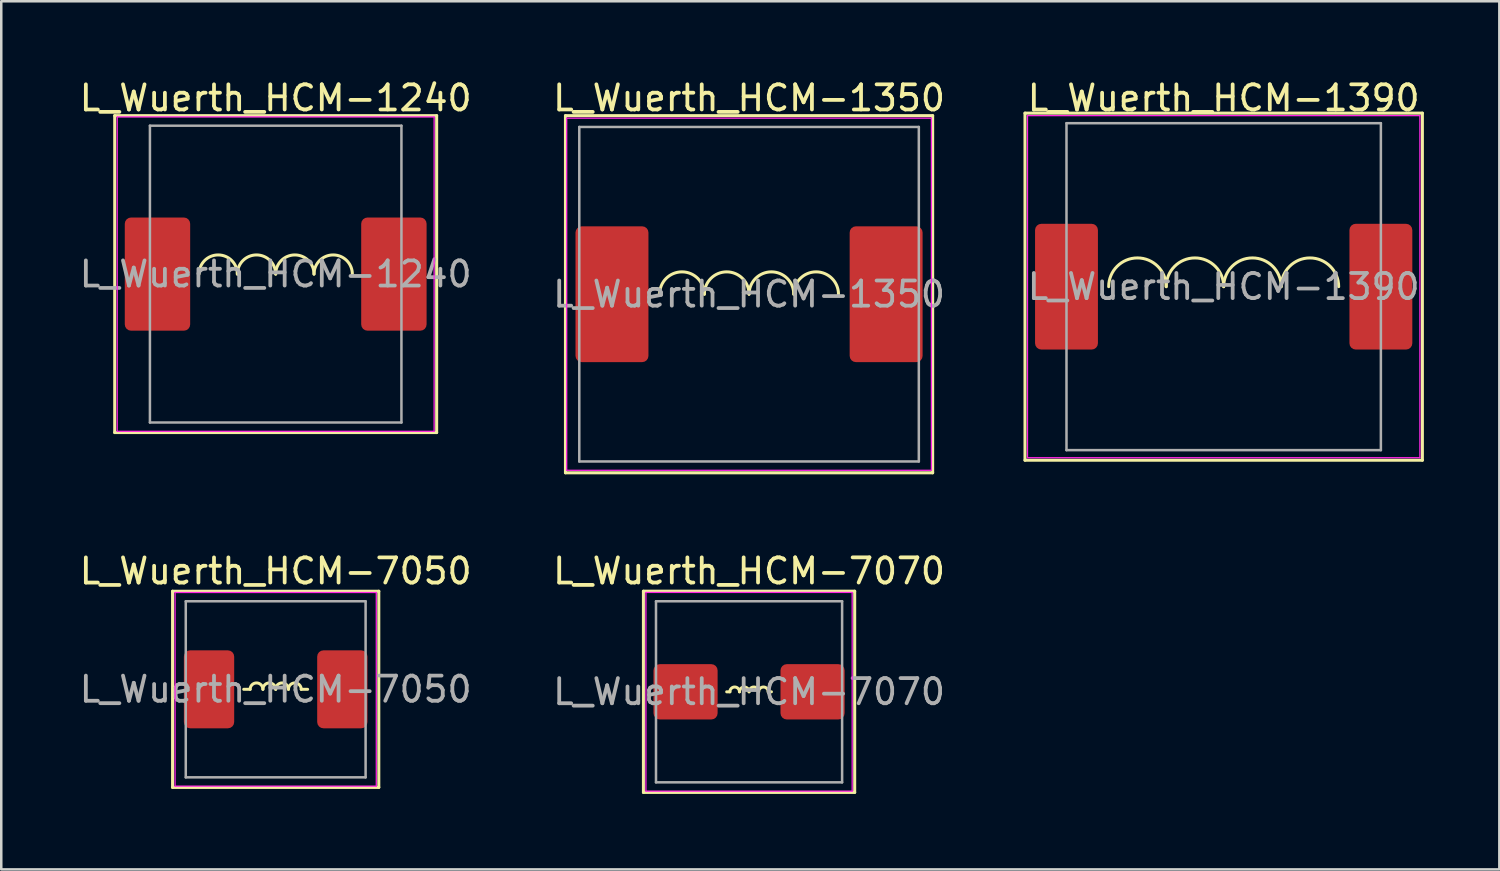
<source format=kicad_pcb>
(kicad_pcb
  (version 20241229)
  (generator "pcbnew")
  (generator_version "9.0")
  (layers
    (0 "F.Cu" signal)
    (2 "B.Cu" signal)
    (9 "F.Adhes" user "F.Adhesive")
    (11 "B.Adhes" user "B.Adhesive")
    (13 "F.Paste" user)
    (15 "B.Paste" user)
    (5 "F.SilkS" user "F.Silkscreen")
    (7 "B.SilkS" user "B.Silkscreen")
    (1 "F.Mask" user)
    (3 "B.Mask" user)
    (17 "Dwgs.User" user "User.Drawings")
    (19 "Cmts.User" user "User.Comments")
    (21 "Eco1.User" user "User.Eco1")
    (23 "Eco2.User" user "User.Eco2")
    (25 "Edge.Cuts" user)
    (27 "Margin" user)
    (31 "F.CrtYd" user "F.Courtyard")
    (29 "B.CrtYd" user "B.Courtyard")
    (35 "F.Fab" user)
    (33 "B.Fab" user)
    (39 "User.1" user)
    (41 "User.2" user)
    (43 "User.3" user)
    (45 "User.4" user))
  (footprint "L_Wuerth_HCM-1240"
    (layer "F.Cu")
    (at 7.911 7.848)
    (property "Reference" "L_Wuerth_HCM-1240" (at 0 -7 0) (layer "F.SilkS") (effects (font (size 1 1) (thickness 0.15))))
    (attr smd)
    (fp_line (start -6.4 -6.3) (end -6.4 6.3) (stroke (width 0.12) (type solid)) (layer "F.SilkS"))
    (fp_line (start -6.4 6.3) (end 6.4 6.3) (stroke (width 0.12) (type solid)) (layer "F.SilkS"))
    (fp_line (start 6.4 -6.3) (end -6.4 -6.3) (stroke (width 0.12) (type solid)) (layer "F.SilkS"))
    (fp_line (start 6.4 6.3) (end 6.4 -6.3) (stroke (width 0.12) (type solid)) (layer "F.SilkS"))
    (fp_arc (start -3.048 0) (mid -2.286 -0.762) (end -1.524 0) (stroke (width 0.12) (type solid)) (layer "F.SilkS"))
    (fp_arc (start -1.524 0) (mid -0.762 -0.762) (end 0 0) (stroke (width 0.12) (type solid)) (layer "F.SilkS"))
    (fp_arc (start 0 0) (mid 0.762 -0.762) (end 1.524 0) (stroke (width 0.12) (type solid)) (layer "F.SilkS"))
    (fp_arc (start 1.524 0) (mid 2.286 -0.762) (end 3.048 0) (stroke (width 0.12) (type solid)) (layer "F.SilkS"))
    (fp_line (start -6.3 -6.25) (end -6.3 6.25) (stroke (width 0.05) (type solid)) (layer "F.CrtYd"))
    (fp_line (start -6.3 6.25) (end 6.3 6.25) (stroke (width 0.05) (type solid)) (layer "F.CrtYd"))
    (fp_line (start 6.3 -6.25) (end -6.3 -6.25) (stroke (width 0.05) (type solid)) (layer "F.CrtYd"))
    (fp_line (start 6.3 6.25) (end 6.3 -6.25) (stroke (width 0.05) (type solid)) (layer "F.CrtYd"))
    (fp_line (start -5 -5.9) (end -5 5.9) (stroke (width 0.1) (type solid)) (layer "F.Fab"))
    (fp_line (start -5 5.9) (end 5 5.9) (stroke (width 0.1) (type solid)) (layer "F.Fab"))
    (fp_line (start 5 -5.9) (end -5 -5.9) (stroke (width 0.1) (type solid)) (layer "F.Fab"))
    (fp_line (start 5 5.9) (end 5 -5.9) (stroke (width 0.1) (type solid)) (layer "F.Fab"))
    (fp_text user "${REFERENCE}" (at 0 0 0) (layer "F.Fab") (effects (font (size 1 1) (thickness 0.15))))
    (pad "1" smd roundrect (at -4.7 0) (size 2.6 4.5) (layers "F.Cu" "F.Mask" "F.Paste") (roundrect_rratio 0.096))
    (pad "2" smd roundrect (at 4.7 0) (size 2.6 4.5) (layers "F.Cu" "F.Mask" "F.Paste") (roundrect_rratio 0.096)))
  (footprint "L_Wuerth_HCM-1350"
    (layer "F.Cu")
    (at 26.732 8.648)
    (property "Reference" "L_Wuerth_HCM-1350" (at 0 -7.8 0) (layer "F.SilkS") (effects (font (size 1 1) (thickness 0.15))))
    (attr smd)
    (fp_line (start -7.3 -7.1) (end -7.3 7.1) (stroke (width 0.12) (type solid)) (layer "F.SilkS"))
    (fp_line (start -7.3 7.1) (end 7.3 7.1) (stroke (width 0.12) (type solid)) (layer "F.SilkS"))
    (fp_line (start 7.3 -7.1) (end -7.3 -7.1) (stroke (width 0.12) (type solid)) (layer "F.SilkS"))
    (fp_line (start 7.3 7.1) (end 7.3 -7.1) (stroke (width 0.12) (type solid)) (layer "F.SilkS"))
    (fp_arc (start -3.556 0) (mid -2.667 -0.889) (end -1.778 0) (stroke (width 0.12) (type solid)) (layer "F.SilkS"))
    (fp_arc (start -1.778 0) (mid -0.889 -0.889) (end 0 0) (stroke (width 0.12) (type solid)) (layer "F.SilkS"))
    (fp_arc (start 0 0) (mid 0.889 -0.889) (end 1.778 0) (stroke (width 0.12) (type solid)) (layer "F.SilkS"))
    (fp_arc (start 1.778 0) (mid 2.667 -0.889) (end 3.556 0) (stroke (width 0.12) (type solid)) (layer "F.SilkS"))
    (fp_line (start -7.25 -7) (end -7.25 7) (stroke (width 0.05) (type solid)) (layer "F.CrtYd"))
    (fp_line (start -7.25 7) (end 7.25 7) (stroke (width 0.05) (type solid)) (layer "F.CrtYd"))
    (fp_line (start 7.25 -7) (end -7.25 -7) (stroke (width 0.05) (type solid)) (layer "F.CrtYd"))
    (fp_line (start 7.25 7) (end 7.25 -7) (stroke (width 0.05) (type solid)) (layer "F.CrtYd"))
    (fp_line (start -6.75 -6.65) (end -6.75 6.65) (stroke (width 0.1) (type solid)) (layer "F.Fab"))
    (fp_line (start -6.75 6.65) (end 6.75 6.65) (stroke (width 0.1) (type solid)) (layer "F.Fab"))
    (fp_line (start 6.75 -6.65) (end -6.75 -6.65) (stroke (width 0.1) (type solid)) (layer "F.Fab"))
    (fp_line (start 6.75 6.65) (end 6.75 -6.65) (stroke (width 0.1) (type solid)) (layer "F.Fab"))
    (fp_text user "${REFERENCE}" (at 0 0 0) (layer "F.Fab") (effects (font (size 1 1) (thickness 0.15))))
    (pad "1" smd roundrect (at -5.45 0) (size 2.9 5.4) (layers "F.Cu" "F.Mask" "F.Paste") (roundrect_rratio 0.086))
    (pad "2" smd roundrect (at 5.45 0) (size 2.9 5.4) (layers "F.Cu" "F.Mask" "F.Paste") (roundrect_rratio 0.086)))
  (footprint "L_Wuerth_HCM-1390"
    (layer "F.Cu")
    (at 45.603 8.348)
    (property "Reference" "L_Wuerth_HCM-1390" (at 0 -7.5 0) (layer "F.SilkS") (effects (font (size 1 1) (thickness 0.15))))
    (attr smd)
    (fp_line (start -7.9 -6.9) (end -7.9 6.9) (stroke (width 0.12) (type solid)) (layer "F.SilkS"))
    (fp_line (start -7.9 6.9) (end 7.9 6.9) (stroke (width 0.12) (type solid)) (layer "F.SilkS"))
    (fp_line (start 7.9 -6.9) (end -7.9 -6.9) (stroke (width 0.12) (type solid)) (layer "F.SilkS"))
    (fp_line (start 7.9 6.9) (end 7.9 -6.9) (stroke (width 0.12) (type solid)) (layer "F.SilkS"))
    (fp_arc (start -4.572 0) (mid -3.429 -1.143) (end -2.286 0) (stroke (width 0.12) (type solid)) (layer "F.SilkS"))
    (fp_arc (start -2.286 0) (mid -1.143 -1.143) (end 0 0) (stroke (width 0.12) (type solid)) (layer "F.SilkS"))
    (fp_arc (start 0 0) (mid 1.143 -1.143) (end 2.286 0) (stroke (width 0.12) (type solid)) (layer "F.SilkS"))
    (fp_arc (start 2.286 0) (mid 3.429 -1.143) (end 4.572 0) (stroke (width 0.12) (type solid)) (layer "F.SilkS"))
    (fp_line (start -7.8 -6.8) (end -7.8 6.8) (stroke (width 0.05) (type solid)) (layer "F.CrtYd"))
    (fp_line (start -7.8 6.8) (end 7.8 6.8) (stroke (width 0.05) (type solid)) (layer "F.CrtYd"))
    (fp_line (start 7.8 -6.8) (end -7.8 -6.8) (stroke (width 0.05) (type solid)) (layer "F.CrtYd"))
    (fp_line (start 7.8 6.8) (end 7.8 -6.8) (stroke (width 0.05) (type solid)) (layer "F.CrtYd"))
    (fp_line (start -6.25 -6.5) (end -6.25 6.5) (stroke (width 0.1) (type solid)) (layer "F.Fab"))
    (fp_line (start -6.25 6.5) (end 6.25 6.5) (stroke (width 0.1) (type solid)) (layer "F.Fab"))
    (fp_line (start 6.25 -6.5) (end -6.25 -6.5) (stroke (width 0.1) (type solid)) (layer "F.Fab"))
    (fp_line (start 6.25 6.5) (end 6.25 -6.5) (stroke (width 0.1) (type solid)) (layer "F.Fab"))
    (fp_text user "${REFERENCE}" (at 0 0 0) (layer "F.Fab") (effects (font (size 1 1) (thickness 0.15))))
    (pad "1" smd roundrect (at -6.25 0) (size 2.5 5) (layers "F.Cu" "F.Mask" "F.Paste") (roundrect_rratio 0.1))
    (pad "2" smd roundrect (at 6.25 0) (size 2.5 5) (layers "F.Cu" "F.Mask" "F.Paste") (roundrect_rratio 0.1)))
  (footprint "L_Wuerth_HCM-7050"
    (layer "F.Cu")
    (at 7.911 24.357)
    (property "Reference" "L_Wuerth_HCM-7050" (at 0 -4.7 0) (layer "F.SilkS") (effects (font (size 1 1) (thickness 0.15))))
    (attr smd)
    (fp_line (start -4.1 -3.9) (end -4.1 3.9) (stroke (width 0.12) (type solid)) (layer "F.SilkS"))
    (fp_line (start -4.1 3.9) (end 4.1 3.9) (stroke (width 0.12) (type solid)) (layer "F.SilkS"))
    (fp_line (start -1.016 0) (end -1.27 0) (stroke (width 0.12) (type solid)) (layer "F.SilkS"))
    (fp_line (start 1.016 0) (end 1.27 0) (stroke (width 0.12) (type solid)) (layer "F.SilkS"))
    (fp_line (start 4.1 -3.9) (end -4.1 -3.9) (stroke (width 0.12) (type solid)) (layer "F.SilkS"))
    (fp_line (start 4.1 3.9) (end 4.1 -3.9) (stroke (width 0.12) (type solid)) (layer "F.SilkS"))
    (fp_arc (start -1.016 0) (mid -0.762 -0.254) (end -0.508 0) (stroke (width 0.12) (type solid)) (layer "F.SilkS"))
    (fp_arc (start -0.508 0) (mid -0.254 -0.254) (end 0 0) (stroke (width 0.12) (type solid)) (layer "F.SilkS"))
    (fp_arc (start 0 0) (mid 0.254 -0.254) (end 0.508 0) (stroke (width 0.12) (type solid)) (layer "F.SilkS"))
    (fp_arc (start 0.508 0) (mid 0.762 -0.254) (end 1.016 0) (stroke (width 0.12) (type solid)) (layer "F.SilkS"))
    (fp_line (start -4 -3.85) (end -4 3.85) (stroke (width 0.05) (type solid)) (layer "F.CrtYd"))
    (fp_line (start -4 3.85) (end 4 3.85) (stroke (width 0.05) (type solid)) (layer "F.CrtYd"))
    (fp_line (start 4 -3.85) (end -4 -3.85) (stroke (width 0.05) (type solid)) (layer "F.CrtYd"))
    (fp_line (start 4 3.85) (end 4 -3.85) (stroke (width 0.05) (type solid)) (layer "F.CrtYd"))
    (fp_line (start -3.575 -3.5) (end -3.575 3.5) (stroke (width 0.1) (type solid)) (layer "F.Fab"))
    (fp_line (start -3.575 3.5) (end 3.575 3.5) (stroke (width 0.1) (type solid)) (layer "F.Fab"))
    (fp_line (start 3.575 -3.5) (end -3.575 -3.5) (stroke (width 0.1) (type solid)) (layer "F.Fab"))
    (fp_line (start 3.575 3.5) (end 3.575 -3.5) (stroke (width 0.1) (type solid)) (layer "F.Fab"))
    (fp_text user "${REFERENCE}" (at 0 0 0) (layer "F.Fab") (effects (font (size 1 1) (thickness 0.15))))
    (pad "1" smd roundrect (at -2.65 0) (size 2 3.1) (layers "F.Cu" "F.Mask" "F.Paste") (roundrect_rratio 0.125))
    (pad "2" smd roundrect (at 2.65 0) (size 2 3.1) (layers "F.Cu" "F.Mask" "F.Paste") (roundrect_rratio 0.125)))
  (footprint "L_Wuerth_HCM-7070"
    (layer "F.Cu")
    (at 26.732 24.456)
    (property "Reference" "L_Wuerth_HCM-7070" (at 0 -4.8 0) (layer "F.SilkS") (effects (font (size 1 1) (thickness 0.15))))
    (attr smd)
    (fp_line (start -4.2 -4) (end -4.2 4) (stroke (width 0.12) (type solid)) (layer "F.SilkS"))
    (fp_line (start -4.2 4) (end 4.2 4) (stroke (width 0.12) (type solid)) (layer "F.SilkS"))
    (fp_line (start -0.762 0) (end -0.889 0) (stroke (width 0.12) (type solid)) (layer "F.SilkS"))
    (fp_line (start 0.762 0) (end 0.889 0) (stroke (width 0.12) (type solid)) (layer "F.SilkS"))
    (fp_line (start 4.2 -4) (end -4.2 -4) (stroke (width 0.12) (type solid)) (layer "F.SilkS"))
    (fp_line (start 4.2 4) (end 4.2 -4) (stroke (width 0.12) (type solid)) (layer "F.SilkS"))
    (fp_arc (start -0.762 0) (mid -0.5715 -0.1905) (end -0.381 0) (stroke (width 0.12) (type solid)) (layer "F.SilkS"))
    (fp_arc (start -0.381 0) (mid -0.1905 -0.1905) (end 0 0) (stroke (width 0.12) (type solid)) (layer "F.SilkS"))
    (fp_arc (start 0 0) (mid 0.1905 -0.1905) (end 0.381 0) (stroke (width 0.12) (type solid)) (layer "F.SilkS"))
    (fp_arc (start 0.381 0) (mid 0.5715 -0.1905) (end 0.762 0) (stroke (width 0.12) (type solid)) (layer "F.SilkS"))
    (fp_line (start -4.1 -3.95) (end -4.1 3.95) (stroke (width 0.05) (type solid)) (layer "F.CrtYd"))
    (fp_line (start -4.1 3.95) (end 4.1 3.95) (stroke (width 0.05) (type solid)) (layer "F.CrtYd"))
    (fp_line (start 4.1 -3.95) (end -4.1 -3.95) (stroke (width 0.05) (type solid)) (layer "F.CrtYd"))
    (fp_line (start 4.1 3.95) (end 4.1 -3.95) (stroke (width 0.05) (type solid)) (layer "F.CrtYd"))
    (fp_line (start -3.7 -3.6) (end -3.7 3.6) (stroke (width 0.1) (type solid)) (layer "F.Fab"))
    (fp_line (start -3.7 3.6) (end 3.7 3.6) (stroke (width 0.1) (type solid)) (layer "F.Fab"))
    (fp_line (start 3.7 -3.6) (end -3.7 -3.6) (stroke (width 0.1) (type solid)) (layer "F.Fab"))
    (fp_line (start 3.7 3.6) (end 3.7 -3.6) (stroke (width 0.1) (type solid)) (layer "F.Fab"))
    (fp_text user "${REFERENCE}" (at 0 0 0) (layer "F.Fab") (effects (font (size 1 1) (thickness 0.15))))
    (pad "1" smd roundrect (at -2.525 0) (size 2.55 2.2) (layers "F.Cu" "F.Mask" "F.Paste") (roundrect_rratio 0.114))
    (pad "2" smd roundrect (at 2.525 0) (size 2.55 2.2) (layers "F.Cu" "F.Mask" "F.Paste") (roundrect_rratio 0.114)))
  (gr_rect
    (start -3 -3)
    (end 56.563 31.517)
    (stroke (width 0.1) (type default))
    (fill no)
    (layer "Edge.Cuts")))
</source>
